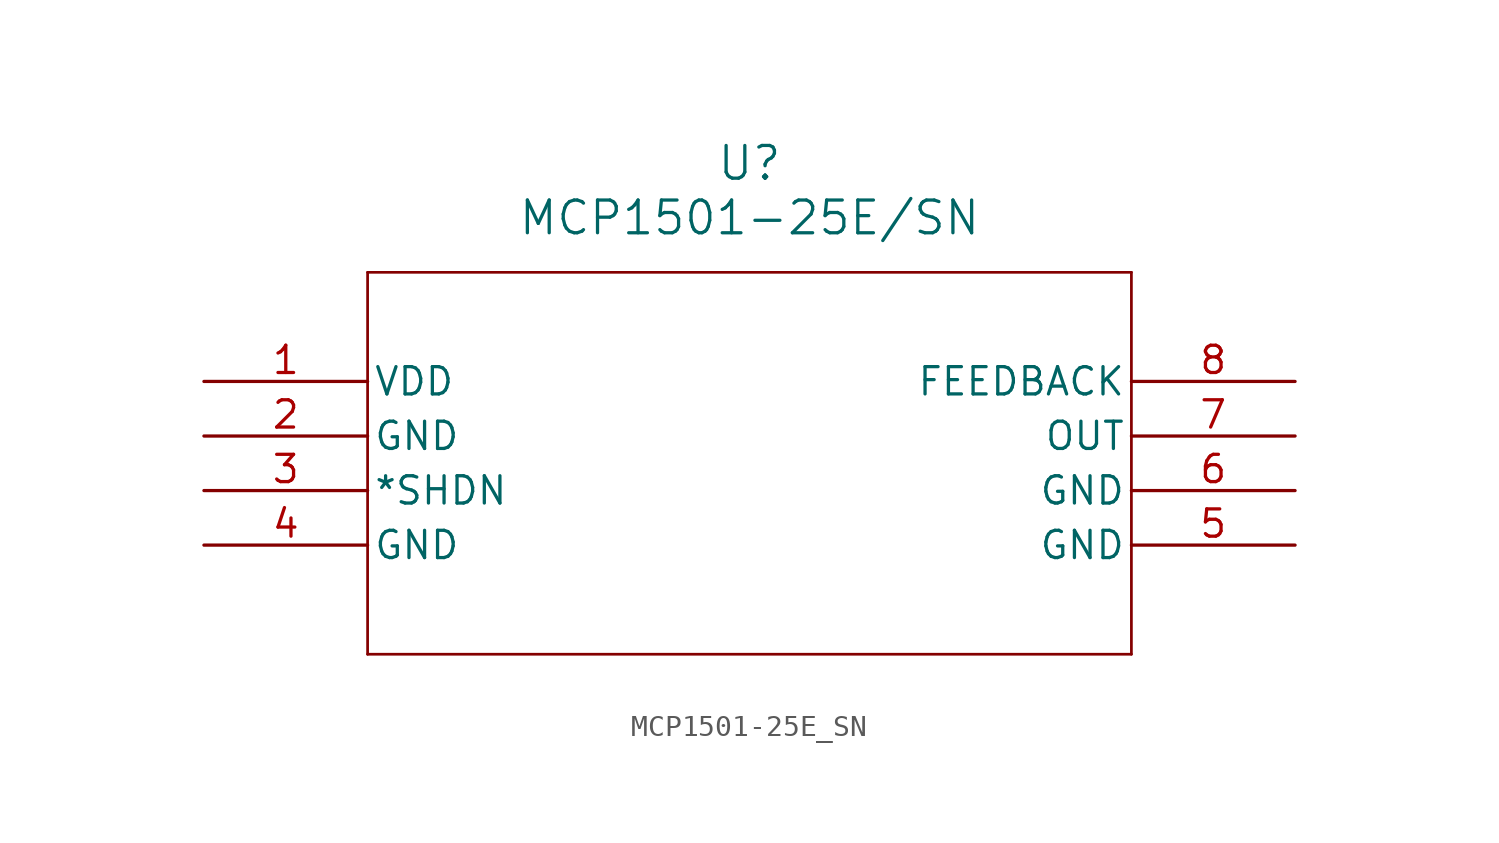
<source format=kicad_sym>
(kicad_symbol_lib
  (version 20211014)
  (generator kicad_symbol_editor)
  (symbol "MCP1501-25E_SN"
    (pin_names
      (offset 0.254))
    (property "Reference" "U"
      (at 25.4 10.16 0)
      (effects (font (size 1.524 1.524))))
    (property "Value" "MCP1501-25E/SN"
      (at 25.4 7.62 0)
      (effects (font (size 1.524 1.524))))
    (symbol "MCP1501-25E_SN_0_1"
      (polyline (pts (xy 7.62 5.08) (xy 7.62 -12.7)) (stroke (width 0.127) (type default) (color 0 0 0 0)) (fill (type none)))
      (polyline (pts (xy 7.62 -12.7) (xy 43.18 -12.7)) (stroke (width 0.127) (type default) (color 0 0 0 0)) (fill (type none)))
      (polyline (pts (xy 43.18 -12.7) (xy 43.18 5.08)) (stroke (width 0.127) (type default) (color 0 0 0 0)) (fill (type none)))
      (polyline (pts (xy 43.18 5.08) (xy 7.62 5.08)) (stroke (width 0.127) (type default) (color 0 0 0 0)) (fill (type none)))
      (pin power_in line (at 0 0 0) (length 7.62) (name "VDD" (effects (font (size 1.27 1.27)))) (number "1" (effects (font (size 1.27 1.27)))))
      (pin power_out line (at 0 -2.54 0) (length 7.62) (name "GND" (effects (font (size 1.27 1.27)))) (number "2" (effects (font (size 1.27 1.27)))))
      (pin input line (at 0 -5.08 0) (length 7.62) (name "*SHDN" (effects (font (size 1.27 1.27)))) (number "3" (effects (font (size 1.27 1.27)))))
      (pin power_out line (at 0 -7.62 0) (length 7.62) (name "GND" (effects (font (size 1.27 1.27)))) (number "4" (effects (font (size 1.27 1.27)))))
      (pin power_out line (at 50.8 -7.62 180) (length 7.62) (name "GND" (effects (font (size 1.27 1.27)))) (number "5" (effects (font (size 1.27 1.27)))))
      (pin power_out line (at 50.8 -5.08 180) (length 7.62) (name "GND" (effects (font (size 1.27 1.27)))) (number "6" (effects (font (size 1.27 1.27)))))
      (pin output line (at 50.8 -2.54 180) (length 7.62) (name "OUT" (effects (font (size 1.27 1.27)))) (number "7" (effects (font (size 1.27 1.27)))))
      (pin input line (at 50.8 0 180) (length 7.62) (name "FEEDBACK" (effects (font (size 1.27 1.27)))) (number "8" (effects (font (size 1.27 1.27))))))))
</source>
